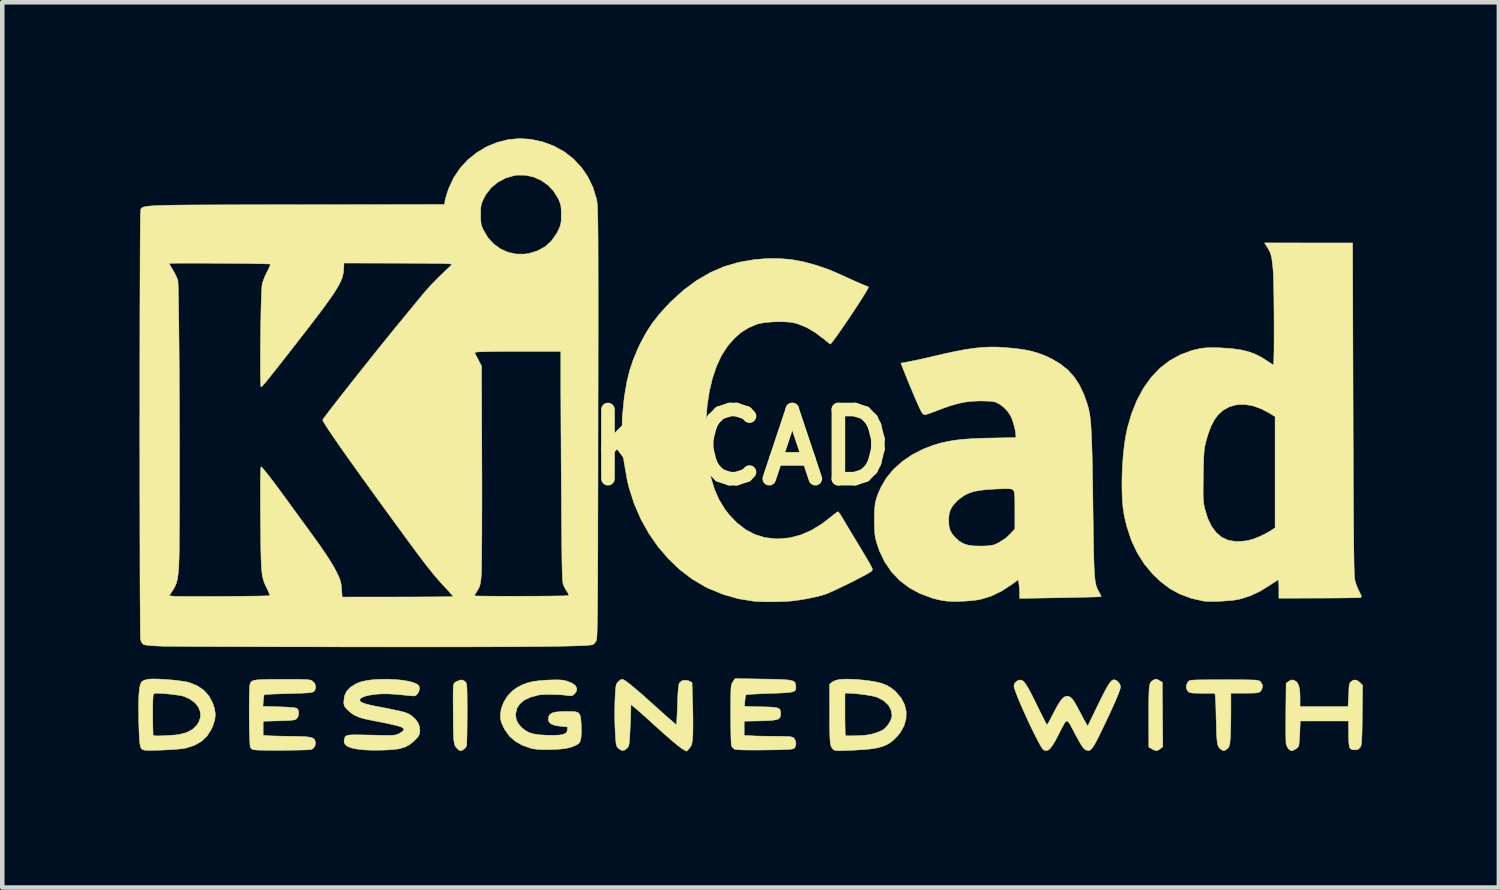
<source format=kicad_pcb>
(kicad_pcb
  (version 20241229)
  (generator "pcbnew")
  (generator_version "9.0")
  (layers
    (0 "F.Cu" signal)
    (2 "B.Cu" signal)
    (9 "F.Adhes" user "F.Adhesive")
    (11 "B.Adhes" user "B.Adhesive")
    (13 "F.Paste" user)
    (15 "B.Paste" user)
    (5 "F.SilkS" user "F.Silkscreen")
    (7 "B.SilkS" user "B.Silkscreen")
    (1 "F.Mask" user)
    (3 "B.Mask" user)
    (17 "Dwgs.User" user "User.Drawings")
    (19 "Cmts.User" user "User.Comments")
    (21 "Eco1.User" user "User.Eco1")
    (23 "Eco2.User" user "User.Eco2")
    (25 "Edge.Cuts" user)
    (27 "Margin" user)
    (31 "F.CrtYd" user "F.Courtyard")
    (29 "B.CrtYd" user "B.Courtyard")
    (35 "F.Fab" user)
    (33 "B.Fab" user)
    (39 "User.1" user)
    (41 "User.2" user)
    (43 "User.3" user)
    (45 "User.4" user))
  (footprint "KiCAD"
    (layer "F.Cu")
    (at 13.293 6.814)
    (property "Reference" "KiCAD" (at 0 0 0) (layer "F.SilkS") (effects (font (size 1.524 1.524) (thickness 0.3))))
    (attr through_hole)
    (fp_poly (pts (xy 9.197 5.128) (xy 9.213 5.137) (xy 9.282 5.178) (xy 9.293 6.6) (xy 9.237 6.645) (xy 9.189 6.677) (xy 9.149 6.686) (xy 9.1 6.67) (xy 9.059 6.649) (xy 8.985 6.61) (xy 8.984 5.997) (xy 8.983 5.791) (xy 8.984 5.623) (xy 8.986 5.489) (xy 8.989 5.384) (xy 8.994 5.305) (xy 9.002 5.247) (xy 9.013 5.206) (xy 9.028 5.177) (xy 9.046 5.157) (xy 9.069 5.141) (xy 9.075 5.137) (xy 9.123 5.112) (xy 9.156 5.109) (xy 9.197 5.128)) (stroke (width 0.01) (type solid)) (fill yes) (layer "F.SilkS"))
    (fp_poly (pts (xy -6.136 5.13) (xy -6.083 5.167) (xy -6.072 5.182) (xy -6.063 5.201) (xy -6.056 5.23) (xy -6.051 5.273) (xy -6.047 5.335) (xy -6.045 5.421) (xy -6.044 5.534) (xy -6.043 5.681) (xy -6.043 5.865) (xy -6.043 5.871) (xy -6.044 6.036) (xy -6.045 6.19) (xy -6.047 6.326) (xy -6.05 6.44) (xy -6.053 6.524) (xy -6.057 6.575) (xy -6.058 6.584) (xy -6.089 6.632) (xy -6.142 6.672) (xy -6.198 6.689) (xy -6.199 6.689) (xy -6.223 6.675) (xy -6.261 6.64) (xy -6.27 6.63) (xy -6.292 6.606) (xy -6.309 6.578) (xy -6.322 6.544) (xy -6.332 6.497) (xy -6.339 6.433) (xy -6.344 6.347) (xy -6.347 6.234) (xy -6.349 6.088) (xy -6.351 5.905) (xy -6.352 5.716) (xy -6.353 5.564) (xy -6.353 5.445) (xy -6.352 5.355) (xy -6.35 5.29) (xy -6.345 5.244) (xy -6.338 5.215) (xy -6.327 5.196) (xy -6.314 5.184) (xy -6.297 5.173) (xy -6.281 5.164) (xy -6.201 5.129) (xy -6.136 5.13)) (stroke (width 0.01) (type solid)) (fill yes) (layer "F.SilkS"))
    (fp_poly (pts (xy 13.567 5.132) (xy 13.634 5.178) (xy 13.64 5.184) (xy 13.699 5.245) (xy 13.691 5.899) (xy 13.689 6.085) (xy 13.687 6.234) (xy 13.684 6.35) (xy 13.68 6.437) (xy 13.675 6.501) (xy 13.669 6.547) (xy 13.662 6.579) (xy 13.652 6.602) (xy 13.647 6.61) (xy 13.61 6.651) (xy 13.561 6.666) (xy 13.528 6.668) (xy 13.478 6.665) (xy 13.442 6.652) (xy 13.417 6.624) (xy 13.402 6.574) (xy 13.394 6.497) (xy 13.391 6.387) (xy 13.39 6.318) (xy 13.388 6.032) (xy 12.324 6.032) (xy 12.314 6.292) (xy 12.309 6.395) (xy 12.302 6.486) (xy 12.295 6.554) (xy 12.288 6.589) (xy 12.288 6.589) (xy 12.257 6.625) (xy 12.205 6.661) (xy 12.151 6.685) (xy 12.13 6.689) (xy 12.099 6.675) (xy 12.066 6.648) (xy 12.033 6.597) (xy 12.012 6.536) (xy 12.009 6.498) (xy 12.007 6.423) (xy 12.005 6.318) (xy 12.005 6.188) (xy 12.005 6.04) (xy 12.006 5.879) (xy 12.006 5.834) (xy 12.012 5.201) (xy 12.07 5.158) (xy 12.121 5.129) (xy 12.168 5.129) (xy 12.187 5.134) (xy 12.243 5.168) (xy 12.282 5.228) (xy 12.307 5.317) (xy 12.318 5.442) (xy 12.319 5.509) (xy 12.319 5.715) (xy 13.377 5.715) (xy 13.381 5.646) (xy 13.384 5.584) (xy 13.388 5.535) (xy 13.391 5.493) (xy 13.394 5.423) (xy 13.396 5.35) (xy 13.4 5.264) (xy 13.412 5.209) (xy 13.434 5.172) (xy 13.441 5.165) (xy 13.502 5.128) (xy 13.567 5.132)) (stroke (width 0.01) (type solid)) (fill yes) (layer "F.SilkS"))
    (fp_poly (pts (xy 10.845 5.122) (xy 11.006 5.123) (xy 11.133 5.124) (xy 11.231 5.126) (xy 11.304 5.128) (xy 11.356 5.132) (xy 11.393 5.138) (xy 11.417 5.145) (xy 11.434 5.154) (xy 11.447 5.165) (xy 11.485 5.224) (xy 11.493 5.271) (xy 11.476 5.337) (xy 11.447 5.376) (xy 11.425 5.393) (xy 11.398 5.405) (xy 11.357 5.412) (xy 11.296 5.416) (xy 11.206 5.418) (xy 11.098 5.419) (xy 10.795 5.419) (xy 10.795 5.826) (xy 10.794 5.968) (xy 10.792 6.11) (xy 10.789 6.24) (xy 10.786 6.348) (xy 10.782 6.413) (xy 10.774 6.505) (xy 10.764 6.565) (xy 10.749 6.605) (xy 10.724 6.635) (xy 10.718 6.641) (xy 10.661 6.681) (xy 10.612 6.682) (xy 10.559 6.645) (xy 10.552 6.638) (xy 10.532 6.615) (xy 10.516 6.588) (xy 10.503 6.551) (xy 10.494 6.499) (xy 10.486 6.428) (xy 10.48 6.332) (xy 10.475 6.207) (xy 10.471 6.048) (xy 10.468 5.931) (xy 10.465 5.794) (xy 10.461 5.67) (xy 10.456 5.566) (xy 10.451 5.49) (xy 10.447 5.446) (xy 10.445 5.439) (xy 10.415 5.421) (xy 10.407 5.421) (xy 10.377 5.422) (xy 10.314 5.422) (xy 10.228 5.422) (xy 10.134 5.421) (xy 10.027 5.419) (xy 9.954 5.416) (xy 9.905 5.409) (xy 9.874 5.398) (xy 9.85 5.38) (xy 9.842 5.371) (xy 9.811 5.309) (xy 9.814 5.237) (xy 9.851 5.167) (xy 9.857 5.161) (xy 9.868 5.151) (xy 9.886 5.142) (xy 9.913 5.136) (xy 9.954 5.131) (xy 10.015 5.127) (xy 10.097 5.125) (xy 10.207 5.124) (xy 10.349 5.123) (xy 10.526 5.122) (xy 10.646 5.122) (xy 10.845 5.122)) (stroke (width 0.01) (type solid)) (fill yes) (layer "F.SilkS"))
    (fp_poly (pts (xy 2.473 5.112) (xy 2.602 5.121) (xy 2.796 5.142) (xy 2.956 5.167) (xy 3.087 5.199) (xy 3.196 5.241) (xy 3.292 5.295) (xy 3.38 5.363) (xy 3.407 5.388) (xy 3.522 5.522) (xy 3.599 5.667) (xy 3.636 5.821) (xy 3.633 5.977) (xy 3.591 6.132) (xy 3.509 6.281) (xy 3.436 6.372) (xy 3.359 6.448) (xy 3.28 6.511) (xy 3.195 6.561) (xy 3.097 6.599) (xy 2.981 6.628) (xy 2.84 6.65) (xy 2.671 6.665) (xy 2.466 6.676) (xy 2.41 6.679) (xy 2.28 6.683) (xy 2.186 6.686) (xy 2.121 6.685) (xy 2.077 6.681) (xy 2.05 6.674) (xy 2.03 6.661) (xy 2.016 6.647) (xy 1.998 6.624) (xy 1.983 6.597) (xy 1.971 6.559) (xy 1.963 6.508) (xy 1.956 6.438) (xy 1.952 6.345) (xy 1.949 6.224) (xy 1.948 6.071) (xy 1.948 5.881) (xy 1.948 5.881) (xy 2.286 5.881) (xy 2.286 6.016) (xy 2.288 6.137) (xy 2.29 6.237) (xy 2.292 6.31) (xy 2.295 6.349) (xy 2.297 6.354) (xy 2.322 6.358) (xy 2.378 6.359) (xy 2.457 6.359) (xy 2.547 6.356) (xy 2.639 6.352) (xy 2.722 6.346) (xy 2.783 6.339) (xy 2.89 6.318) (xy 3 6.284) (xy 3.094 6.244) (xy 3.14 6.217) (xy 3.206 6.155) (xy 3.264 6.074) (xy 3.306 5.988) (xy 3.323 5.911) (xy 3.323 5.907) (xy 3.302 5.786) (xy 3.243 5.679) (xy 3.147 5.589) (xy 3.018 5.518) (xy 2.979 5.503) (xy 2.909 5.485) (xy 2.81 5.466) (xy 2.693 5.448) (xy 2.57 5.434) (xy 2.453 5.423) (xy 2.354 5.419) (xy 2.344 5.419) (xy 2.286 5.419) (xy 2.286 5.881) (xy 1.948 5.881) (xy 1.948 5.834) (xy 1.947 5.223) (xy 2.004 5.174) (xy 2.069 5.139) (xy 2.168 5.116) (xy 2.302 5.108) (xy 2.473 5.112)) (stroke (width 0.01) (type solid)) (fill yes) (layer "F.SilkS"))
    (fp_poly (pts (xy -12.87 5.107) (xy -12.739 5.113) (xy -12.598 5.123) (xy -12.459 5.137) (xy -12.332 5.153) (xy -12.228 5.17) (xy -12.168 5.185) (xy -11.992 5.257) (xy -11.849 5.354) (xy -11.738 5.478) (xy -11.655 5.632) (xy -11.612 5.764) (xy -11.595 5.884) (xy -11.607 6.006) (xy -11.651 6.141) (xy -11.685 6.217) (xy -11.779 6.364) (xy -11.904 6.482) (xy -12.06 6.57) (xy -12.245 6.629) (xy -12.269 6.634) (xy -12.335 6.644) (xy -12.43 6.653) (xy -12.546 6.662) (xy -12.673 6.669) (xy -12.802 6.675) (xy -12.925 6.678) (xy -13.031 6.68) (xy -13.114 6.678) (xy -13.161 6.674) (xy -13.192 6.665) (xy -13.217 6.649) (xy -13.237 6.621) (xy -13.251 6.576) (xy -13.262 6.511) (xy -13.27 6.419) (xy -13.276 6.296) (xy -13.281 6.138) (xy -13.284 6.053) (xy -13.287 5.891) (xy -12.975 5.891) (xy -12.975 6.025) (xy -12.973 6.144) (xy -12.971 6.242) (xy -12.969 6.313) (xy -12.966 6.35) (xy -12.964 6.354) (xy -12.938 6.358) (xy -12.879 6.36) (xy -12.797 6.359) (xy -12.701 6.355) (xy -12.6 6.349) (xy -12.505 6.342) (xy -12.423 6.333) (xy -12.391 6.329) (xy -12.231 6.287) (xy -12.104 6.221) (xy -12.006 6.127) (xy -11.957 6.049) (xy -11.922 5.94) (xy -11.927 5.831) (xy -11.968 5.727) (xy -12.044 5.632) (xy -12.152 5.551) (xy -12.284 5.49) (xy -12.339 5.476) (xy -12.422 5.462) (xy -12.522 5.448) (xy -12.629 5.436) (xy -12.735 5.427) (xy -12.828 5.421) (xy -12.9 5.42) (xy -12.939 5.425) (xy -12.939 5.425) (xy -12.951 5.433) (xy -12.96 5.451) (xy -12.967 5.483) (xy -12.971 5.536) (xy -12.974 5.614) (xy -12.975 5.723) (xy -12.975 5.869) (xy -12.975 5.891) (xy -13.287 5.891) (xy -13.288 5.816) (xy -13.287 5.618) (xy -13.281 5.458) (xy -13.27 5.334) (xy -13.254 5.243) (xy -13.231 5.183) (xy -13.218 5.164) (xy -13.169 5.135) (xy -13.088 5.113) (xy -13.063 5.11) (xy -12.982 5.105) (xy -12.87 5.107)) (stroke (width 0.01) (type solid)) (fill yes) (layer "F.SilkS"))
    (fp_poly (pts (xy -4.028 5.125) (xy -3.952 5.13) (xy -3.888 5.141) (xy -3.844 5.153) (xy -3.735 5.195) (xy -3.662 5.247) (xy -3.627 5.306) (xy -3.63 5.369) (xy -3.674 5.432) (xy -3.719 5.469) (xy -3.767 5.478) (xy -3.806 5.474) (xy -3.919 5.459) (xy -4.049 5.45) (xy -4.184 5.446) (xy -4.312 5.446) (xy -4.419 5.453) (xy -4.472 5.46) (xy -4.646 5.507) (xy -4.784 5.572) (xy -4.885 5.656) (xy -4.948 5.757) (xy -4.974 5.876) (xy -4.974 5.895) (xy -4.962 5.995) (xy -4.923 6.082) (xy -4.85 6.168) (xy -4.844 6.174) (xy -4.768 6.237) (xy -4.687 6.283) (xy -4.592 6.314) (xy -4.474 6.334) (xy -4.324 6.344) (xy -4.286 6.345) (xy -4.133 6.347) (xy -4.017 6.342) (xy -3.934 6.329) (xy -3.878 6.306) (xy -3.847 6.273) (xy -3.835 6.23) (xy -3.829 6.163) (xy -3.989 6.148) (xy -4.112 6.128) (xy -4.196 6.095) (xy -4.243 6.048) (xy -4.255 5.998) (xy -4.246 5.934) (xy -4.219 5.887) (xy -4.167 5.854) (xy -4.086 5.834) (xy -3.972 5.823) (xy -3.849 5.821) (xy -3.731 5.822) (xy -3.647 5.83) (xy -3.593 5.851) (xy -3.56 5.891) (xy -3.542 5.957) (xy -3.532 6.055) (xy -3.528 6.119) (xy -3.524 6.279) (xy -3.533 6.4) (xy -3.554 6.485) (xy -3.589 6.534) (xy -3.591 6.535) (xy -3.63 6.557) (xy -3.694 6.586) (xy -3.745 6.607) (xy -3.828 6.629) (xy -3.941 6.646) (xy -4.075 6.658) (xy -4.218 6.664) (xy -4.36 6.664) (xy -4.49 6.657) (xy -4.596 6.644) (xy -4.636 6.635) (xy -4.827 6.567) (xy -4.984 6.478) (xy -5.111 6.366) (xy -5.211 6.226) (xy -5.238 6.177) (xy -5.282 6.08) (xy -5.305 6.002) (xy -5.313 5.924) (xy -5.313 5.913) (xy -5.293 5.762) (xy -5.236 5.614) (xy -5.149 5.476) (xy -5.036 5.359) (xy -4.927 5.284) (xy -4.814 5.228) (xy -4.7 5.187) (xy -4.573 5.158) (xy -4.424 5.14) (xy -4.254 5.129) (xy -4.125 5.125) (xy -4.028 5.125)) (stroke (width 0.01) (type solid)) (fill yes) (layer "F.SilkS"))
    (fp_poly (pts (xy -2.61 5.115) (xy -2.572 5.135) (xy -2.517 5.173) (xy -2.442 5.231) (xy -2.346 5.311) (xy -2.225 5.414) (xy -2.079 5.543) (xy -1.905 5.7) (xy -1.888 5.715) (xy -1.772 5.819) (xy -1.667 5.912) (xy -1.576 5.992) (xy -1.504 6.055) (xy -1.454 6.096) (xy -1.431 6.114) (xy -1.43 6.114) (xy -1.427 6.092) (xy -1.423 6.033) (xy -1.418 5.945) (xy -1.413 5.834) (xy -1.408 5.707) (xy -1.407 5.673) (xy -1.401 5.504) (xy -1.393 5.375) (xy -1.384 5.281) (xy -1.374 5.221) (xy -1.364 5.193) (xy -1.313 5.148) (xy -1.242 5.131) (xy -1.165 5.144) (xy -1.148 5.152) (xy -1.086 5.184) (xy -1.071 5.69) (xy -1.067 5.845) (xy -1.065 5.998) (xy -1.065 6.14) (xy -1.066 6.261) (xy -1.069 6.353) (xy -1.071 6.382) (xy -1.08 6.476) (xy -1.091 6.54) (xy -1.109 6.585) (xy -1.135 6.622) (xy -1.145 6.634) (xy -1.204 6.699) (xy -1.277 6.66) (xy -1.33 6.625) (xy -1.411 6.563) (xy -1.52 6.472) (xy -1.658 6.353) (xy -1.824 6.205) (xy -2.011 6.036) (xy -2.105 5.95) (xy -2.195 5.87) (xy -2.273 5.802) (xy -2.331 5.751) (xy -2.355 5.732) (xy -2.434 5.669) (xy -2.435 5.814) (xy -2.437 5.889) (xy -2.441 5.994) (xy -2.446 6.116) (xy -2.452 6.242) (xy -2.454 6.275) (xy -2.461 6.397) (xy -2.467 6.484) (xy -2.475 6.544) (xy -2.484 6.583) (xy -2.498 6.609) (xy -2.517 6.63) (xy -2.528 6.64) (xy -2.584 6.679) (xy -2.631 6.683) (xy -2.684 6.654) (xy -2.703 6.638) (xy -2.724 6.618) (xy -2.741 6.597) (xy -2.752 6.567) (xy -2.761 6.523) (xy -2.768 6.456) (xy -2.774 6.361) (xy -2.781 6.241) (xy -2.787 6.087) (xy -2.79 5.912) (xy -2.789 5.737) (xy -2.785 5.58) (xy -2.784 5.557) (xy -2.778 5.431) (xy -2.772 5.339) (xy -2.765 5.276) (xy -2.757 5.233) (xy -2.744 5.203) (xy -2.727 5.18) (xy -2.709 5.161) (xy -2.655 5.119) (xy -2.612 5.115) (xy -2.61 5.115)) (stroke (width 0.01) (type solid)) (fill yes) (layer "F.SilkS"))
    (fp_poly (pts (xy 8.277 5.141) (xy 8.327 5.188) (xy 8.357 5.25) (xy 8.361 5.281) (xy 8.351 5.33) (xy 8.322 5.414) (xy 8.274 5.533) (xy 8.206 5.688) (xy 8.119 5.879) (xy 8.011 6.106) (xy 7.947 6.239) (xy 7.875 6.387) (xy 7.816 6.501) (xy 7.768 6.584) (xy 7.728 6.64) (xy 7.693 6.672) (xy 7.66 6.684) (xy 7.625 6.68) (xy 7.587 6.665) (xy 7.558 6.643) (xy 7.523 6.6) (xy 7.479 6.533) (xy 7.424 6.435) (xy 7.357 6.312) (xy 7.293 6.188) (xy 7.245 6.1) (xy 7.208 6.048) (xy 7.177 6.032) (xy 7.146 6.051) (xy 7.11 6.107) (xy 7.062 6.198) (xy 7.005 6.311) (xy 6.932 6.451) (xy 6.871 6.554) (xy 6.821 6.626) (xy 6.776 6.668) (xy 6.734 6.685) (xy 6.692 6.68) (xy 6.662 6.666) (xy 6.636 6.636) (xy 6.597 6.574) (xy 6.547 6.483) (xy 6.489 6.37) (xy 6.424 6.241) (xy 6.357 6.1) (xy 6.289 5.954) (xy 6.223 5.808) (xy 6.161 5.668) (xy 6.107 5.539) (xy 6.063 5.427) (xy 6.031 5.337) (xy 6.013 5.276) (xy 6.011 5.258) (xy 6.031 5.196) (xy 6.084 5.148) (xy 6.13 5.13) (xy 6.163 5.128) (xy 6.196 5.139) (xy 6.231 5.168) (xy 6.271 5.219) (xy 6.318 5.294) (xy 6.375 5.398) (xy 6.444 5.534) (xy 6.51 5.667) (xy 6.572 5.794) (xy 6.628 5.906) (xy 6.676 6) (xy 6.712 6.07) (xy 6.735 6.11) (xy 6.74 6.117) (xy 6.754 6.099) (xy 6.782 6.052) (xy 6.82 5.981) (xy 6.856 5.911) (xy 6.931 5.767) (xy 6.993 5.657) (xy 7.045 5.579) (xy 7.09 5.527) (xy 7.131 5.497) (xy 7.17 5.486) (xy 7.214 5.488) (xy 7.253 5.505) (xy 7.294 5.542) (xy 7.339 5.604) (xy 7.393 5.696) (xy 7.45 5.803) (xy 7.499 5.897) (xy 7.545 5.982) (xy 7.582 6.049) (xy 7.601 6.083) (xy 7.638 6.144) (xy 7.851 5.704) (xy 7.934 5.535) (xy 8.001 5.402) (xy 8.057 5.299) (xy 8.101 5.224) (xy 8.139 5.172) (xy 8.17 5.141) (xy 8.199 5.125) (xy 8.221 5.122) (xy 8.277 5.141)) (stroke (width 0.01) (type solid)) (fill yes) (layer "F.SilkS"))
    (fp_poly (pts (xy 0.468 5.107) (xy 0.662 5.11) (xy 0.818 5.114) (xy 0.94 5.12) (xy 1.033 5.127) (xy 1.1 5.138) (xy 1.146 5.153) (xy 1.175 5.173) (xy 1.191 5.198) (xy 1.199 5.231) (xy 1.202 5.262) (xy 1.204 5.304) (xy 1.2 5.337) (xy 1.186 5.362) (xy 1.157 5.381) (xy 1.108 5.394) (xy 1.035 5.404) (xy 0.933 5.412) (xy 0.798 5.418) (xy 0.628 5.424) (xy 0.485 5.429) (xy 0.356 5.435) (xy 0.248 5.441) (xy 0.166 5.447) (xy 0.116 5.453) (xy 0.104 5.456) (xy 0.094 5.484) (xy 0.085 5.541) (xy 0.08 5.591) (xy 0.071 5.71) (xy 0.44 5.718) (xy 0.584 5.722) (xy 0.692 5.728) (xy 0.769 5.737) (xy 0.819 5.752) (xy 0.849 5.775) (xy 0.863 5.807) (xy 0.868 5.851) (xy 0.868 5.875) (xy 0.864 5.923) (xy 0.851 5.959) (xy 0.821 5.986) (xy 0.771 6.004) (xy 0.694 6.016) (xy 0.587 6.024) (xy 0.443 6.029) (xy 0.422 6.029) (xy 0.064 6.037) (xy 0.064 6.35) (xy 0.153 6.354) (xy 0.224 6.357) (xy 0.286 6.361) (xy 0.296 6.362) (xy 0.334 6.363) (xy 0.406 6.365) (xy 0.505 6.366) (xy 0.622 6.368) (xy 0.736 6.369) (xy 0.873 6.37) (xy 0.975 6.372) (xy 1.048 6.375) (xy 1.097 6.381) (xy 1.129 6.39) (xy 1.151 6.402) (xy 1.164 6.413) (xy 1.197 6.47) (xy 1.206 6.54) (xy 1.19 6.604) (xy 1.169 6.631) (xy 1.153 6.641) (xy 1.126 6.649) (xy 1.083 6.655) (xy 1.02 6.66) (xy 0.931 6.664) (xy 0.814 6.667) (xy 0.661 6.669) (xy 0.521 6.671) (xy 0.314 6.673) (xy 0.147 6.672) (xy 0.019 6.67) (xy -0.073 6.665) (xy -0.13 6.659) (xy -0.148 6.654) (xy -0.199 6.614) (xy -0.219 6.561) (xy -0.223 6.523) (xy -0.226 6.448) (xy -0.229 6.344) (xy -0.231 6.214) (xy -0.232 6.067) (xy -0.233 5.907) (xy -0.233 5.867) (xy -0.233 5.688) (xy -0.232 5.546) (xy -0.231 5.436) (xy -0.229 5.354) (xy -0.225 5.293) (xy -0.219 5.25) (xy -0.212 5.22) (xy -0.201 5.196) (xy -0.188 5.174) (xy -0.185 5.169) (xy -0.138 5.097) (xy 0.468 5.107)) (stroke (width 0.01) (type solid)) (fill yes) (layer "F.SilkS"))
    (fp_poly (pts (xy -9.798 5.113) (xy -9.69 5.115) (xy -9.609 5.118) (xy -9.551 5.122) (xy -9.509 5.128) (xy -9.481 5.136) (xy -9.46 5.147) (xy -9.456 5.149) (xy -9.4 5.207) (xy -9.383 5.28) (xy -9.396 5.339) (xy -9.405 5.361) (xy -9.419 5.378) (xy -9.441 5.391) (xy -9.477 5.401) (xy -9.532 5.409) (xy -9.609 5.415) (xy -9.715 5.42) (xy -9.853 5.424) (xy -10.029 5.429) (xy -10.032 5.429) (xy -10.169 5.433) (xy -10.292 5.437) (xy -10.394 5.442) (xy -10.469 5.446) (xy -10.511 5.45) (xy -10.517 5.451) (xy -10.524 5.477) (xy -10.532 5.531) (xy -10.537 5.585) (xy -10.546 5.709) (xy -10.184 5.719) (xy -10.028 5.725) (xy -9.911 5.733) (xy -9.834 5.743) (xy -9.794 5.754) (xy -9.79 5.757) (xy -9.764 5.802) (xy -9.758 5.867) (xy -9.771 5.933) (xy -9.801 5.98) (xy -9.822 5.995) (xy -9.853 6.006) (xy -9.901 6.014) (xy -9.971 6.02) (xy -10.072 6.025) (xy -10.192 6.028) (xy -10.541 6.038) (xy -10.541 6.346) (xy -10.44 6.355) (xy -10.386 6.359) (xy -10.298 6.362) (xy -10.187 6.365) (xy -10.062 6.367) (xy -9.97 6.369) (xy -9.806 6.371) (xy -9.679 6.375) (xy -9.583 6.38) (xy -9.515 6.389) (xy -9.467 6.4) (xy -9.434 6.417) (xy -9.412 6.438) (xy -9.405 6.447) (xy -9.386 6.511) (xy -9.398 6.578) (xy -9.435 6.634) (xy -9.478 6.66) (xy -9.513 6.664) (xy -9.583 6.668) (xy -9.682 6.672) (xy -9.803 6.674) (xy -9.938 6.676) (xy -10.082 6.678) (xy -10.227 6.678) (xy -10.366 6.678) (xy -10.493 6.677) (xy -10.601 6.675) (xy -10.682 6.672) (xy -10.684 6.672) (xy -10.755 6.664) (xy -10.797 6.647) (xy -10.821 6.619) (xy -10.828 6.587) (xy -10.834 6.518) (xy -10.839 6.421) (xy -10.843 6.3) (xy -10.846 6.162) (xy -10.848 6.014) (xy -10.849 5.862) (xy -10.849 5.712) (xy -10.848 5.571) (xy -10.846 5.445) (xy -10.842 5.341) (xy -10.838 5.265) (xy -10.832 5.223) (xy -10.822 5.193) (xy -10.806 5.169) (xy -10.782 5.151) (xy -10.744 5.137) (xy -10.687 5.127) (xy -10.608 5.12) (xy -10.501 5.116) (xy -10.362 5.114) (xy -10.188 5.113) (xy -10.117 5.113) (xy -9.939 5.113) (xy -9.798 5.113)) (stroke (width 0.01) (type solid)) (fill yes) (layer "F.SilkS"))
    (fp_poly (pts (xy -7.621 5.118) (xy -7.473 5.133) (xy -7.34 5.155) (xy -7.23 5.184) (xy -7.149 5.22) (xy -7.107 5.258) (xy -7.092 5.317) (xy -7.11 5.386) (xy -7.137 5.429) (xy -7.164 5.46) (xy -7.191 5.476) (xy -7.231 5.48) (xy -7.297 5.475) (xy -7.322 5.472) (xy -7.506 5.454) (xy -7.655 5.441) (xy -7.778 5.434) (xy -7.883 5.433) (xy -7.976 5.436) (xy -8.023 5.44) (xy -8.175 5.459) (xy -8.291 5.484) (xy -8.369 5.516) (xy -8.405 5.549) (xy -8.41 5.581) (xy -8.387 5.61) (xy -8.333 5.637) (xy -8.245 5.665) (xy -8.119 5.694) (xy -8.049 5.708) (xy -7.864 5.743) (xy -7.716 5.773) (xy -7.6 5.797) (xy -7.509 5.817) (xy -7.441 5.835) (xy -7.389 5.852) (xy -7.349 5.868) (xy -7.315 5.886) (xy -7.282 5.907) (xy -7.278 5.91) (xy -7.189 5.987) (xy -7.124 6.076) (xy -7.091 6.166) (xy -7.089 6.181) (xy -7.086 6.266) (xy -7.099 6.33) (xy -7.133 6.388) (xy -7.196 6.455) (xy -7.199 6.458) (xy -7.303 6.546) (xy -7.41 6.605) (xy -7.537 6.643) (xy -7.556 6.647) (xy -7.638 6.658) (xy -7.749 6.667) (xy -7.881 6.673) (xy -8.02 6.676) (xy -8.156 6.675) (xy -8.278 6.671) (xy -8.334 6.667) (xy -8.494 6.648) (xy -8.614 6.62) (xy -8.697 6.583) (xy -8.744 6.535) (xy -8.758 6.476) (xy -8.753 6.44) (xy -8.744 6.407) (xy -8.733 6.382) (xy -8.715 6.363) (xy -8.685 6.35) (xy -8.638 6.341) (xy -8.569 6.337) (xy -8.473 6.337) (xy -8.344 6.339) (xy -8.179 6.342) (xy -8.163 6.342) (xy -7.999 6.346) (xy -7.872 6.348) (xy -7.776 6.348) (xy -7.704 6.347) (xy -7.652 6.343) (xy -7.614 6.337) (xy -7.583 6.327) (xy -7.554 6.314) (xy -7.535 6.304) (xy -7.481 6.27) (xy -7.446 6.238) (xy -7.44 6.223) (xy -7.444 6.204) (xy -7.459 6.186) (xy -7.489 6.168) (xy -7.538 6.15) (xy -7.609 6.13) (xy -7.707 6.107) (xy -7.836 6.079) (xy -7.998 6.047) (xy -8.178 6.012) (xy -8.325 5.98) (xy -8.44 5.944) (xy -8.533 5.901) (xy -8.614 5.846) (xy -8.673 5.793) (xy -8.725 5.74) (xy -8.752 5.697) (xy -8.762 5.648) (xy -8.763 5.604) (xy -8.748 5.48) (xy -8.701 5.377) (xy -8.62 5.29) (xy -8.5 5.215) (xy -8.464 5.197) (xy -8.363 5.162) (xy -8.237 5.136) (xy -8.093 5.119) (xy -7.938 5.111) (xy -7.779 5.11) (xy -7.621 5.118)) (stroke (width 0.01) (type solid)) (fill yes) (layer "F.SilkS"))
    (fp_poly (pts (xy 1.11 -4.141) (xy 1.371 -4.093) (xy 1.603 -4.03) (xy 1.703 -3.999) (xy 1.791 -3.97) (xy 1.876 -3.94) (xy 1.964 -3.906) (xy 2.063 -3.864) (xy 2.182 -3.812) (xy 2.326 -3.747) (xy 2.425 -3.702) (xy 2.533 -3.653) (xy 2.629 -3.611) (xy 2.704 -3.579) (xy 2.753 -3.56) (xy 2.768 -3.556) (xy 2.8 -3.54) (xy 2.804 -3.536) (xy 2.797 -3.513) (xy 2.768 -3.46) (xy 2.722 -3.383) (xy 2.662 -3.286) (xy 2.59 -3.174) (xy 2.51 -3.052) (xy 2.425 -2.924) (xy 2.339 -2.796) (xy 2.254 -2.672) (xy 2.175 -2.557) (xy 2.103 -2.455) (xy 2.042 -2.372) (xy 1.997 -2.313) (xy 1.969 -2.282) (xy 1.962 -2.279) (xy 1.933 -2.299) (xy 1.884 -2.338) (xy 1.831 -2.382) (xy 1.632 -2.532) (xy 1.44 -2.645) (xy 1.251 -2.722) (xy 1.184 -2.742) (xy 1.082 -2.76) (xy 0.953 -2.769) (xy 0.809 -2.771) (xy 0.661 -2.765) (xy 0.523 -2.753) (xy 0.406 -2.733) (xy 0.339 -2.715) (xy 0.156 -2.635) (xy -0.004 -2.535) (xy -0.15 -2.407) (xy -0.291 -2.246) (xy -0.317 -2.211) (xy -0.443 -2.013) (xy -0.549 -1.781) (xy -0.637 -1.518) (xy -0.705 -1.23) (xy -0.752 -0.92) (xy -0.777 -0.593) (xy -0.78 -0.252) (xy -0.761 0.085) (xy -0.723 0.399) (xy -0.666 0.678) (xy -0.589 0.928) (xy -0.49 1.152) (xy -0.368 1.354) (xy -0.274 1.477) (xy -0.096 1.664) (xy 0.094 1.811) (xy 0.296 1.918) (xy 0.513 1.986) (xy 0.746 2.015) (xy 0.816 2.016) (xy 1.063 1.994) (xy 1.307 1.931) (xy 1.548 1.827) (xy 1.787 1.68) (xy 1.993 1.52) (xy 2.053 1.471) (xy 2.101 1.435) (xy 2.129 1.419) (xy 2.13 1.418) (xy 2.152 1.435) (xy 2.181 1.475) (xy 2.183 1.477) (xy 2.202 1.509) (xy 2.24 1.573) (xy 2.294 1.663) (xy 2.36 1.773) (xy 2.436 1.899) (xy 2.517 2.034) (xy 2.529 2.053) (xy 2.63 2.221) (xy 2.711 2.357) (xy 2.775 2.464) (xy 2.822 2.545) (xy 2.856 2.606) (xy 2.877 2.649) (xy 2.888 2.678) (xy 2.89 2.697) (xy 2.886 2.711) (xy 2.877 2.722) (xy 2.867 2.732) (xy 2.837 2.753) (xy 2.776 2.789) (xy 2.689 2.836) (xy 2.583 2.891) (xy 2.465 2.952) (xy 2.34 3.014) (xy 2.216 3.074) (xy 2.099 3.13) (xy 1.995 3.178) (xy 1.911 3.215) (xy 1.863 3.234) (xy 1.753 3.268) (xy 1.612 3.302) (xy 1.453 3.335) (xy 1.286 3.363) (xy 1.123 3.385) (xy 1.111 3.386) (xy 1.005 3.395) (xy 0.871 3.4) (xy 0.723 3.404) (xy 0.573 3.404) (xy 0.434 3.401) (xy 0.32 3.396) (xy 0.286 3.393) (xy -0.062 3.337) (xy -0.402 3.24) (xy -0.734 3.103) (xy -0.792 3.074) (xy -1.082 2.903) (xy -1.355 2.695) (xy -1.607 2.455) (xy -1.837 2.186) (xy -2.041 1.892) (xy -2.217 1.575) (xy -2.362 1.239) (xy -2.475 0.887) (xy -2.516 0.717) (xy -2.593 0.263) (xy -2.63 -0.192) (xy -2.625 -0.649) (xy -2.579 -1.113) (xy -2.52 -1.457) (xy -2.463 -1.689) (xy -2.387 -1.919) (xy -2.288 -2.159) (xy -2.223 -2.297) (xy -2.104 -2.519) (xy -1.971 -2.726) (xy -1.815 -2.927) (xy -1.63 -3.132) (xy -1.546 -3.218) (xy -1.269 -3.47) (xy -0.982 -3.682) (xy -0.685 -3.854) (xy -0.375 -3.988) (xy -0.049 -4.083) (xy 0.294 -4.142) (xy 0.561 -4.163) (xy 0.845 -4.164) (xy 1.11 -4.141)) (stroke (width 0.01) (type solid)) (fill yes) (layer "F.SilkS"))
    (fp_poly (pts (xy 12.507 -4.508) (xy 13.478 -4.508) (xy 13.489 -0.863) (xy 13.49 -0.366) (xy 13.492 0.091) (xy 13.494 0.507) (xy 13.495 0.885) (xy 13.497 1.226) (xy 13.499 1.531) (xy 13.501 1.802) (xy 13.503 2.04) (xy 13.505 2.247) (xy 13.508 2.422) (xy 13.51 2.569) (xy 13.513 2.689) (xy 13.516 2.781) (xy 13.519 2.849) (xy 13.523 2.893) (xy 13.525 2.91) (xy 13.55 3) (xy 13.587 3.1) (xy 13.619 3.168) (xy 13.654 3.237) (xy 13.671 3.277) (xy 13.67 3.298) (xy 13.654 3.307) (xy 13.648 3.309) (xy 13.619 3.312) (xy 13.552 3.314) (xy 13.452 3.316) (xy 13.324 3.318) (xy 13.172 3.32) (xy 13.002 3.321) (xy 12.816 3.322) (xy 12.731 3.322) (xy 11.853 3.325) (xy 11.853 3.123) (xy 11.852 3.036) (xy 11.848 2.968) (xy 11.843 2.928) (xy 11.839 2.921) (xy 11.816 2.932) (xy 11.768 2.962) (xy 11.702 3.005) (xy 11.675 3.024) (xy 11.439 3.17) (xy 11.212 3.276) (xy 10.993 3.344) (xy 10.88 3.365) (xy 10.758 3.378) (xy 10.624 3.388) (xy 10.488 3.395) (xy 10.361 3.397) (xy 10.256 3.394) (xy 10.192 3.388) (xy 9.92 3.327) (xy 9.673 3.235) (xy 9.445 3.11) (xy 9.232 2.947) (xy 9.075 2.797) (xy 8.888 2.573) (xy 8.731 2.326) (xy 8.602 2.052) (xy 8.501 1.748) (xy 8.442 1.498) (xy 8.416 1.327) (xy 8.4 1.123) (xy 8.394 0.923) (xy 10.183 0.923) (xy 10.183 1.031) (xy 10.185 1.116) (xy 10.19 1.184) (xy 10.197 1.244) (xy 10.207 1.3) (xy 10.221 1.359) (xy 10.221 1.36) (xy 10.285 1.569) (xy 10.37 1.743) (xy 10.474 1.881) (xy 10.596 1.983) (xy 10.737 2.047) (xy 10.895 2.074) (xy 10.924 2.074) (xy 11.02 2.071) (xy 11.119 2.061) (xy 11.18 2.051) (xy 11.297 2.017) (xy 11.431 1.964) (xy 11.566 1.898) (xy 11.668 1.839) (xy 11.769 1.774) (xy 11.769 -0.678) (xy 11.658 -0.748) (xy 11.466 -0.85) (xy 11.278 -0.917) (xy 11.096 -0.947) (xy 10.924 -0.941) (xy 10.765 -0.898) (xy 10.623 -0.819) (xy 10.52 -0.728) (xy 10.431 -0.61) (xy 10.353 -0.459) (xy 10.285 -0.272) (xy 10.252 -0.157) (xy 10.235 -0.09) (xy 10.221 -0.03) (xy 10.211 0.032) (xy 10.204 0.101) (xy 10.198 0.184) (xy 10.194 0.288) (xy 10.19 0.42) (xy 10.187 0.587) (xy 10.186 0.614) (xy 10.184 0.786) (xy 10.183 0.923) (xy 8.394 0.923) (xy 8.393 0.896) (xy 8.394 0.654) (xy 8.404 0.407) (xy 8.422 0.162) (xy 8.448 -0.07) (xy 8.482 -0.282) (xy 8.511 -0.421) (xy 8.607 -0.751) (xy 8.728 -1.049) (xy 8.874 -1.316) (xy 9.043 -1.55) (xy 9.234 -1.75) (xy 9.448 -1.915) (xy 9.683 -2.044) (xy 9.938 -2.138) (xy 10.075 -2.171) (xy 10.165 -2.187) (xy 10.255 -2.196) (xy 10.356 -2.199) (xy 10.48 -2.198) (xy 10.563 -2.195) (xy 10.794 -2.18) (xy 10.992 -2.155) (xy 11.164 -2.116) (xy 11.318 -2.062) (xy 11.461 -1.991) (xy 11.596 -1.906) (xy 11.658 -1.863) (xy 11.707 -1.833) (xy 11.732 -1.82) (xy 11.733 -1.82) (xy 11.737 -1.841) (xy 11.74 -1.898) (xy 11.742 -1.989) (xy 11.745 -2.107) (xy 11.746 -2.248) (xy 11.747 -2.406) (xy 11.747 -2.578) (xy 11.747 -2.758) (xy 11.746 -2.941) (xy 11.744 -3.123) (xy 11.743 -3.298) (xy 11.74 -3.462) (xy 11.737 -3.609) (xy 11.734 -3.736) (xy 11.73 -3.836) (xy 11.726 -3.903) (xy 11.713 -4.042) (xy 11.699 -4.148) (xy 11.682 -4.23) (xy 11.66 -4.298) (xy 11.629 -4.36) (xy 11.6 -4.408) (xy 11.537 -4.509) (xy 12.507 -4.508)) (stroke (width 0.01) (type solid)) (fill yes) (layer "F.SilkS"))
    (fp_poly (pts (xy 5.649 -2.212) (xy 5.814 -2.202) (xy 6.043 -2.181) (xy 6.238 -2.154) (xy 6.409 -2.119) (xy 6.564 -2.073) (xy 6.711 -2.016) (xy 6.837 -1.956) (xy 7.032 -1.841) (xy 7.197 -1.71) (xy 7.337 -1.557) (xy 7.454 -1.378) (xy 7.554 -1.167) (xy 7.627 -0.96) (xy 7.644 -0.905) (xy 7.658 -0.849) (xy 7.671 -0.789) (xy 7.683 -0.723) (xy 7.693 -0.647) (xy 7.702 -0.559) (xy 7.71 -0.456) (xy 7.717 -0.335) (xy 7.724 -0.195) (xy 7.729 -0.031) (xy 7.735 0.158) (xy 7.74 0.375) (xy 7.744 0.624) (xy 7.749 0.906) (xy 7.753 1.225) (xy 7.758 1.583) (xy 7.759 1.651) (xy 7.763 1.925) (xy 7.767 2.161) (xy 7.771 2.361) (xy 7.775 2.529) (xy 7.781 2.669) (xy 7.787 2.784) (xy 7.795 2.877) (xy 7.804 2.953) (xy 7.815 3.014) (xy 7.829 3.063) (xy 7.844 3.106) (xy 7.863 3.144) (xy 7.874 3.164) (xy 7.908 3.226) (xy 7.929 3.272) (xy 7.934 3.291) (xy 7.912 3.293) (xy 7.852 3.295) (xy 7.759 3.298) (xy 7.636 3.301) (xy 7.489 3.305) (xy 7.321 3.308) (xy 7.138 3.312) (xy 7.033 3.314) (xy 6.138 3.329) (xy 6.137 3.215) (xy 6.133 3.128) (xy 6.125 3.04) (xy 6.121 3.009) (xy 6.107 2.916) (xy 5.972 3.016) (xy 5.739 3.168) (xy 5.51 3.279) (xy 5.283 3.348) (xy 5.198 3.364) (xy 5.069 3.379) (xy 4.922 3.39) (xy 4.773 3.395) (xy 4.635 3.395) (xy 4.522 3.388) (xy 4.507 3.387) (xy 4.413 3.371) (xy 4.303 3.347) (xy 4.214 3.324) (xy 3.944 3.224) (xy 3.704 3.094) (xy 3.493 2.934) (xy 3.313 2.745) (xy 3.164 2.527) (xy 3.046 2.281) (xy 2.993 2.126) (xy 2.97 2.045) (xy 2.954 1.974) (xy 2.944 1.901) (xy 2.938 1.816) (xy 2.935 1.706) (xy 2.934 1.619) (xy 2.934 1.604) (xy 4.572 1.604) (xy 4.579 1.729) (xy 4.604 1.827) (xy 4.652 1.912) (xy 4.726 1.997) (xy 4.812 2.071) (xy 4.902 2.123) (xy 5.005 2.156) (xy 5.131 2.172) (xy 5.288 2.175) (xy 5.292 2.175) (xy 5.401 2.172) (xy 5.479 2.166) (xy 5.539 2.156) (xy 5.593 2.139) (xy 5.652 2.112) (xy 5.677 2.1) (xy 5.833 2) (xy 5.925 1.913) (xy 6.032 1.796) (xy 6.032 1.386) (xy 6.032 1.242) (xy 6.031 1.135) (xy 6.028 1.058) (xy 6.022 1.005) (xy 6.015 0.971) (xy 6.004 0.949) (xy 5.996 0.94) (xy 5.978 0.927) (xy 5.953 0.917) (xy 5.913 0.912) (xy 5.852 0.911) (xy 5.763 0.912) (xy 5.639 0.917) (xy 5.62 0.917) (xy 5.422 0.929) (xy 5.259 0.947) (xy 5.124 0.973) (xy 5.011 1.011) (xy 4.911 1.062) (xy 4.818 1.128) (xy 4.756 1.182) (xy 4.666 1.279) (xy 4.609 1.377) (xy 4.58 1.488) (xy 4.572 1.604) (xy 2.934 1.604) (xy 2.935 1.459) (xy 2.942 1.329) (xy 2.956 1.22) (xy 2.981 1.12) (xy 3.018 1.017) (xy 3.069 0.902) (xy 3.083 0.872) (xy 3.202 0.67) (xy 3.358 0.483) (xy 3.547 0.313) (xy 3.765 0.163) (xy 4.009 0.038) (xy 4.237 -0.05) (xy 4.385 -0.094) (xy 4.538 -0.129) (xy 4.702 -0.157) (xy 4.885 -0.178) (xy 5.092 -0.193) (xy 5.33 -0.203) (xy 5.487 -0.206) (xy 6.054 -0.217) (xy 6.053 -0.272) (xy 6.045 -0.353) (xy 6.022 -0.456) (xy 5.991 -0.564) (xy 5.955 -0.661) (xy 5.938 -0.696) (xy 5.875 -0.792) (xy 5.79 -0.882) (xy 5.695 -0.954) (xy 5.603 -0.999) (xy 5.601 -1) (xy 5.537 -1.012) (xy 5.44 -1.02) (xy 5.319 -1.024) (xy 5.249 -1.024) (xy 5.091 -1.017) (xy 4.942 -1) (xy 4.792 -0.97) (xy 4.631 -0.925) (xy 4.449 -0.862) (xy 4.331 -0.817) (xy 4.233 -0.78) (xy 4.147 -0.749) (xy 4.082 -0.728) (xy 4.047 -0.72) (xy 4.046 -0.72) (xy 4.011 -0.736) (xy 3.976 -0.777) (xy 3.974 -0.78) (xy 3.952 -0.824) (xy 3.916 -0.9) (xy 3.871 -1.001) (xy 3.819 -1.12) (xy 3.764 -1.251) (xy 3.708 -1.385) (xy 3.654 -1.516) (xy 3.606 -1.637) (xy 3.599 -1.654) (xy 3.519 -1.858) (xy 3.71 -1.893) (xy 3.803 -1.912) (xy 3.924 -1.937) (xy 4.056 -1.967) (xy 4.187 -1.997) (xy 4.21 -2.003) (xy 4.487 -2.067) (xy 4.729 -2.119) (xy 4.944 -2.159) (xy 5.137 -2.187) (xy 5.315 -2.205) (xy 5.484 -2.213) (xy 5.649 -2.212)) (stroke (width 0.01) (type solid)) (fill yes) (layer "F.SilkS"))
    (fp_poly (pts (xy -4.65 -6.795) (xy -4.383 -6.738) (xy -4.134 -6.646) (xy -3.907 -6.521) (xy -3.705 -6.365) (xy -3.53 -6.18) (xy -3.384 -5.97) (xy -3.271 -5.736) (xy -3.193 -5.482) (xy -3.185 -5.446) (xy -3.182 -5.424) (xy -3.178 -5.397) (xy -3.175 -5.364) (xy -3.172 -5.322) (xy -3.169 -5.271) (xy -3.167 -5.208) (xy -3.165 -5.131) (xy -3.163 -5.04) (xy -3.161 -4.932) (xy -3.16 -4.805) (xy -3.158 -4.659) (xy -3.157 -4.49) (xy -3.157 -4.299) (xy -3.156 -4.082) (xy -3.156 -3.839) (xy -3.155 -3.568) (xy -3.155 -3.266) (xy -3.155 -2.933) (xy -3.155 -2.566) (xy -3.156 -2.164) (xy -3.156 -1.726) (xy -3.157 -1.249) (xy -3.158 -0.732) (xy -3.158 -0.537) (xy -3.159 -0.008) (xy -3.159 0.481) (xy -3.16 0.93) (xy -3.161 1.342) (xy -3.162 1.719) (xy -3.162 2.061) (xy -3.163 2.371) (xy -3.164 2.65) (xy -3.165 2.9) (xy -3.166 3.122) (xy -3.167 3.319) (xy -3.169 3.491) (xy -3.17 3.641) (xy -3.172 3.77) (xy -3.174 3.879) (xy -3.176 3.971) (xy -3.178 4.046) (xy -3.18 4.108) (xy -3.183 4.157) (xy -3.186 4.194) (xy -3.189 4.222) (xy -3.192 4.243) (xy -3.196 4.257) (xy -3.2 4.267) (xy -3.201 4.268) (xy -3.235 4.317) (xy -3.27 4.347) (xy -3.273 4.348) (xy -3.301 4.354) (xy -3.35 4.36) (xy -3.422 4.366) (xy -3.518 4.371) (xy -3.64 4.375) (xy -3.787 4.379) (xy -3.962 4.383) (xy -4.166 4.386) (xy -4.4 4.389) (xy -4.664 4.391) (xy -4.962 4.394) (xy -5.292 4.395) (xy -5.657 4.397) (xy -6.058 4.398) (xy -6.496 4.398) (xy -6.973 4.399) (xy -7.488 4.399) (xy -8.044 4.398) (xy -8.319 4.398) (xy -8.736 4.398) (xy -9.145 4.397) (xy -9.544 4.396) (xy -9.931 4.396) (xy -10.303 4.395) (xy -10.658 4.394) (xy -10.993 4.393) (xy -11.307 4.392) (xy -11.596 4.391) (xy -11.86 4.39) (xy -12.094 4.389) (xy -12.298 4.387) (xy -12.468 4.386) (xy -12.603 4.385) (xy -12.7 4.384) (xy -12.753 4.383) (xy -12.916 4.376) (xy -13.042 4.368) (xy -13.13 4.357) (xy -13.178 4.346) (xy -13.181 4.344) (xy -13.22 4.301) (xy -13.244 4.238) (xy -13.246 4.209) (xy -13.248 4.139) (xy -13.249 4.032) (xy -13.251 3.89) (xy -13.252 3.715) (xy -13.253 3.509) (xy -13.255 3.275) (xy -13.256 3.015) (xy -13.257 2.732) (xy -13.257 2.427) (xy -13.258 2.104) (xy -13.259 1.764) (xy -13.259 1.411) (xy -13.26 1.046) (xy -13.26 0.671) (xy -13.26 0.289) (xy -13.261 -0.097) (xy -13.261 -0.485) (xy -13.26 -0.873) (xy -13.26 -1.259) (xy -13.26 -1.64) (xy -13.26 -2.014) (xy -13.259 -2.378) (xy -13.259 -2.731) (xy -13.258 -3.069) (xy -13.257 -3.39) (xy -13.256 -3.693) (xy -13.255 -3.974) (xy -13.255 -4.056) (xy -12.615 -4.056) (xy -12.605 -4.034) (xy -12.577 -3.986) (xy -12.538 -3.922) (xy -12.532 -3.912) (xy -12.485 -3.83) (xy -12.446 -3.747) (xy -12.422 -3.683) (xy -12.419 -3.649) (xy -12.415 -3.576) (xy -12.412 -3.466) (xy -12.409 -3.322) (xy -12.406 -3.148) (xy -12.403 -2.946) (xy -12.4 -2.719) (xy -12.398 -2.47) (xy -12.395 -2.203) (xy -12.393 -1.919) (xy -12.391 -1.622) (xy -12.39 -1.314) (xy -12.388 -1) (xy -12.387 -0.681) (xy -12.386 -0.36) (xy -12.385 -0.041) (xy -12.385 0.274) (xy -12.385 0.582) (xy -12.385 0.879) (xy -12.385 1.164) (xy -12.386 1.432) (xy -12.387 1.682) (xy -12.389 1.91) (xy -12.39 2.113) (xy -12.392 2.289) (xy -12.395 2.434) (xy -12.398 2.545) (xy -12.401 2.62) (xy -12.401 2.629) (xy -12.413 2.77) (xy -12.427 2.879) (xy -12.446 2.966) (xy -12.474 3.043) (xy -12.514 3.118) (xy -12.569 3.203) (xy -12.572 3.207) (xy -12.615 3.27) (xy -12.515 3.281) (xy -12.473 3.283) (xy -12.397 3.284) (xy -12.291 3.286) (xy -12.159 3.286) (xy -12.007 3.286) (xy -11.84 3.286) (xy -11.662 3.286) (xy -11.479 3.285) (xy -11.295 3.284) (xy -11.116 3.282) (xy -10.946 3.281) (xy -10.79 3.279) (xy -10.653 3.277) (xy -10.54 3.275) (xy -10.456 3.272) (xy -10.406 3.27) (xy -10.394 3.268) (xy -10.398 3.246) (xy -10.417 3.196) (xy -10.448 3.129) (xy -10.453 3.12) (xy -10.481 3.062) (xy -10.505 3.009) (xy -10.525 2.958) (xy -10.542 2.904) (xy -10.556 2.843) (xy -10.567 2.772) (xy -10.575 2.687) (xy -10.582 2.584) (xy -10.587 2.459) (xy -10.591 2.308) (xy -10.594 2.128) (xy -10.596 1.915) (xy -10.598 1.664) (xy -10.599 1.569) (xy -10.601 1.29) (xy -10.602 1.052) (xy -10.602 0.854) (xy -10.601 0.695) (xy -10.598 0.574) (xy -10.595 0.489) (xy -10.591 0.441) (xy -10.586 0.426) (xy -10.563 0.447) (xy -10.518 0.498) (xy -10.455 0.577) (xy -10.375 0.679) (xy -10.282 0.801) (xy -10.179 0.94) (xy -10.068 1.092) (xy -10.022 1.154) (xy -9.934 1.276) (xy -9.83 1.418) (xy -9.723 1.566) (xy -9.621 1.705) (xy -9.577 1.765) (xy -9.425 1.974) (xy -9.296 2.154) (xy -9.189 2.309) (xy -9.101 2.442) (xy -9.028 2.558) (xy -8.969 2.66) (xy -8.922 2.749) (xy -8.875 2.847) (xy -8.844 2.924) (xy -8.826 2.995) (xy -8.816 3.074) (xy -8.812 3.122) (xy -8.799 3.299) (xy -7.575 3.298) (xy -7.351 3.298) (xy -7.141 3.297) (xy -6.948 3.296) (xy -6.775 3.295) (xy -6.627 3.294) (xy -6.506 3.292) (xy -6.418 3.29) (xy -6.364 3.289) (xy -6.35 3.287) (xy -6.361 3.272) (xy -5.884 3.272) (xy -5.864 3.274) (xy -5.806 3.276) (xy -5.716 3.278) (xy -5.598 3.279) (xy -5.458 3.28) (xy -5.3 3.281) (xy -5.129 3.281) (xy -4.95 3.281) (xy -4.769 3.28) (xy -4.589 3.28) (xy -4.417 3.279) (xy -4.256 3.278) (xy -4.112 3.276) (xy -3.99 3.274) (xy -3.895 3.272) (xy -3.831 3.27) (xy -3.804 3.268) (xy -3.804 3.267) (xy -3.805 3.243) (xy -3.827 3.202) (xy -3.829 3.199) (xy -3.864 3.143) (xy -3.902 3.075) (xy -3.91 3.059) (xy -3.917 3.043) (xy -3.924 3.025) (xy -3.93 3.002) (xy -3.934 2.971) (xy -3.939 2.93) (xy -3.943 2.876) (xy -3.946 2.806) (xy -3.949 2.717) (xy -3.951 2.607) (xy -3.954 2.473) (xy -3.956 2.313) (xy -3.958 2.123) (xy -3.96 1.901) (xy -3.962 1.644) (xy -3.964 1.349) (xy -3.966 1.101) (xy -3.968 0.804) (xy -3.97 0.505) (xy -3.972 0.209) (xy -3.973 -0.079) (xy -3.975 -0.355) (xy -3.976 -0.614) (xy -3.977 -0.852) (xy -3.978 -1.063) (xy -3.979 -1.243) (xy -3.979 -1.388) (xy -3.979 -1.445) (xy -3.979 -2.117) (xy -4.866 -2.117) (xy -5.058 -2.116) (xy -5.239 -2.116) (xy -5.403 -2.114) (xy -5.547 -2.112) (xy -5.665 -2.11) (xy -5.753 -2.108) (xy -5.806 -2.105) (xy -5.816 -2.104) (xy -5.881 -2.091) (xy -5.726 -1.794) (xy -5.719 0.4) (xy -5.718 0.706) (xy -5.718 1.004) (xy -5.718 1.291) (xy -5.719 1.563) (xy -5.719 1.817) (xy -5.72 2.05) (xy -5.722 2.259) (xy -5.723 2.44) (xy -5.725 2.591) (xy -5.728 2.708) (xy -5.73 2.788) (xy -5.732 2.82) (xy -5.742 2.927) (xy -5.754 3.004) (xy -5.769 3.061) (xy -5.793 3.113) (xy -5.818 3.155) (xy -5.853 3.214) (xy -5.877 3.256) (xy -5.884 3.272) (xy -6.361 3.272) (xy -6.364 3.269) (xy -6.401 3.226) (xy -6.456 3.165) (xy -6.524 3.091) (xy -6.532 3.083) (xy -6.611 2.997) (xy -6.687 2.912) (xy -6.763 2.823) (xy -6.843 2.725) (xy -6.931 2.615) (xy -7.029 2.487) (xy -7.141 2.338) (xy -7.271 2.162) (xy -7.401 1.986) (xy -7.646 1.651) (xy -7.877 1.334) (xy -8.093 1.036) (xy -8.293 0.759) (xy -8.477 0.503) (xy -8.643 0.27) (xy -8.79 0.062) (xy -8.918 -0.121) (xy -9.025 -0.277) (xy -9.11 -0.404) (xy -9.173 -0.501) (xy -9.213 -0.568) (xy -9.228 -0.602) (xy -9.229 -0.604) (xy -9.216 -0.626) (xy -9.179 -0.678) (xy -9.12 -0.757) (xy -9.042 -0.859) (xy -8.946 -0.982) (xy -8.837 -1.123) (xy -8.715 -1.278) (xy -8.584 -1.444) (xy -8.445 -1.619) (xy -8.302 -1.799) (xy -8.157 -1.981) (xy -8.012 -2.162) (xy -7.869 -2.34) (xy -7.731 -2.51) (xy -7.601 -2.67) (xy -7.48 -2.817) (xy -7.372 -2.948) (xy -7.367 -2.954) (xy -7.295 -3.041) (xy -7.225 -3.126) (xy -7.166 -3.199) (xy -7.133 -3.239) (xy -6.974 -3.431) (xy -6.814 -3.608) (xy -6.638 -3.785) (xy -6.597 -3.824) (xy -6.372 -4.038) (xy -6.451 -4.049) (xy -6.487 -4.051) (xy -6.561 -4.053) (xy -6.669 -4.055) (xy -6.806 -4.057) (xy -6.969 -4.058) (xy -7.152 -4.06) (xy -7.352 -4.061) (xy -7.565 -4.062) (xy -7.644 -4.062) (xy -8.758 -4.065) (xy -8.766 -3.922) (xy -8.772 -3.861) (xy -8.783 -3.801) (xy -8.8 -3.738) (xy -8.827 -3.671) (xy -8.864 -3.595) (xy -8.913 -3.509) (xy -8.975 -3.409) (xy -9.054 -3.294) (xy -9.15 -3.16) (xy -9.264 -3.005) (xy -9.4 -2.826) (xy -9.558 -2.62) (xy -9.741 -2.385) (xy -9.809 -2.297) (xy -9.973 -2.086) (xy -10.113 -1.907) (xy -10.231 -1.757) (xy -10.329 -1.634) (xy -10.407 -1.535) (xy -10.469 -1.459) (xy -10.516 -1.403) (xy -10.55 -1.365) (xy -10.573 -1.343) (xy -10.585 -1.334) (xy -10.587 -1.333) (xy -10.592 -1.354) (xy -10.596 -1.412) (xy -10.599 -1.503) (xy -10.601 -1.622) (xy -10.602 -1.764) (xy -10.602 -1.926) (xy -10.601 -2.101) (xy -10.6 -2.285) (xy -10.598 -2.475) (xy -10.595 -2.664) (xy -10.592 -2.848) (xy -10.589 -3.023) (xy -10.585 -3.183) (xy -10.58 -3.325) (xy -10.575 -3.443) (xy -10.57 -3.532) (xy -10.564 -3.589) (xy -10.563 -3.598) (xy -10.54 -3.675) (xy -10.503 -3.769) (xy -10.459 -3.861) (xy -10.454 -3.871) (xy -10.417 -3.944) (xy -10.392 -4.002) (xy -10.382 -4.036) (xy -10.383 -4.04) (xy -10.406 -4.043) (xy -10.466 -4.046) (xy -10.559 -4.048) (xy -10.679 -4.05) (xy -10.823 -4.053) (xy -10.984 -4.055) (xy -11.159 -4.057) (xy -11.343 -4.058) (xy -11.531 -4.06) (xy -11.718 -4.061) (xy -11.899 -4.062) (xy -12.07 -4.062) (xy -12.226 -4.062) (xy -12.363 -4.062) (xy -12.474 -4.061) (xy -12.556 -4.059) (xy -12.604 -4.057) (xy -12.615 -4.056) (xy -13.255 -4.056) (xy -13.254 -4.231) (xy -13.253 -4.462) (xy -13.252 -4.665) (xy -13.25 -4.838) (xy -13.249 -4.977) (xy -13.247 -5.08) (xy -13.246 -5.133) (xy -5.747 -5.133) (xy -5.745 -5.029) (xy -5.739 -4.954) (xy -5.727 -4.894) (xy -5.705 -4.834) (xy -5.688 -4.796) (xy -5.587 -4.626) (xy -5.459 -4.486) (xy -5.309 -4.377) (xy -5.141 -4.302) (xy -4.96 -4.263) (xy -4.771 -4.263) (xy -4.674 -4.278) (xy -4.483 -4.338) (xy -4.319 -4.431) (xy -4.182 -4.556) (xy -4.072 -4.714) (xy -4.048 -4.758) (xy -4.012 -4.834) (xy -3.989 -4.894) (xy -3.976 -4.951) (xy -3.97 -5.02) (xy -3.969 -5.115) (xy -3.969 -5.132) (xy -3.97 -5.234) (xy -3.975 -5.307) (xy -3.987 -5.367) (xy -4.009 -5.426) (xy -4.037 -5.488) (xy -4.135 -5.648) (xy -4.262 -5.782) (xy -4.412 -5.888) (xy -4.579 -5.962) (xy -4.757 -6.001) (xy -4.941 -6.003) (xy -5.007 -5.993) (xy -5.196 -5.938) (xy -5.366 -5.848) (xy -5.512 -5.727) (xy -5.629 -5.579) (xy -5.679 -5.487) (xy -5.711 -5.417) (xy -5.731 -5.358) (xy -5.742 -5.297) (xy -5.746 -5.22) (xy -5.747 -5.133) (xy -13.246 -5.133) (xy -13.245 -5.146) (xy -13.244 -5.17) (xy -13.241 -5.193) (xy -13.241 -5.214) (xy -13.24 -5.233) (xy -13.238 -5.25) (xy -13.232 -5.265) (xy -13.22 -5.278) (xy -13.2 -5.29) (xy -13.171 -5.301) (xy -13.13 -5.31) (xy -13.076 -5.318) (xy -13.007 -5.324) (xy -12.92 -5.33) (xy -12.814 -5.334) (xy -12.686 -5.338) (xy -12.536 -5.341) (xy -12.361 -5.343) (xy -12.159 -5.345) (xy -11.927 -5.346) (xy -11.666 -5.347) (xy -11.371 -5.348) (xy -11.042 -5.349) (xy -10.676 -5.349) (xy -10.272 -5.35) (xy -9.829 -5.35) (xy -6.544 -5.356) (xy -6.53 -5.446) (xy -6.515 -5.507) (xy -6.49 -5.593) (xy -6.458 -5.686) (xy -6.448 -5.715) (xy -6.34 -5.946) (xy -6.199 -6.155) (xy -6.029 -6.34) (xy -5.834 -6.498) (xy -5.619 -6.627) (xy -5.388 -6.723) (xy -5.145 -6.785) (xy -4.894 -6.809) (xy -4.65 -6.795)) (stroke (width 0.01) (type solid)) (fill yes) (layer "F.SilkS")))
  (gr_rect
    (start -3 -3)
    (end 29.996 16.518)
    (stroke (width 0.1) (type default))
    (fill no)
    (layer "Edge.Cuts")))
</source>
